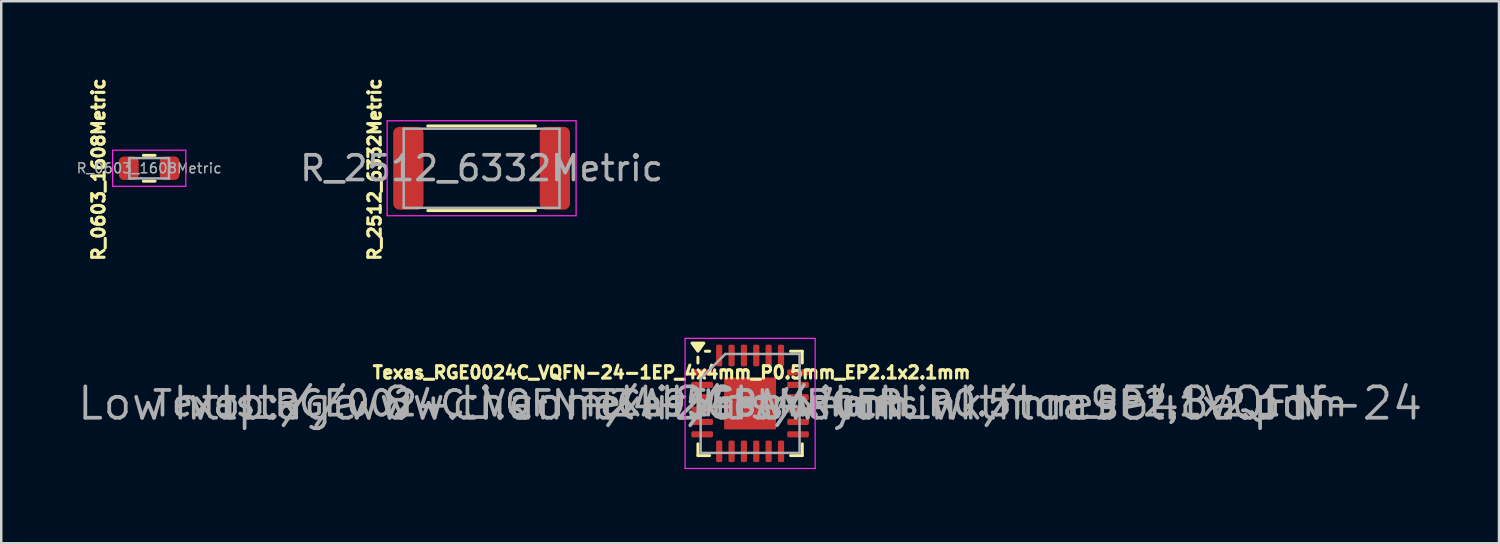
<source format=kicad_pcb>
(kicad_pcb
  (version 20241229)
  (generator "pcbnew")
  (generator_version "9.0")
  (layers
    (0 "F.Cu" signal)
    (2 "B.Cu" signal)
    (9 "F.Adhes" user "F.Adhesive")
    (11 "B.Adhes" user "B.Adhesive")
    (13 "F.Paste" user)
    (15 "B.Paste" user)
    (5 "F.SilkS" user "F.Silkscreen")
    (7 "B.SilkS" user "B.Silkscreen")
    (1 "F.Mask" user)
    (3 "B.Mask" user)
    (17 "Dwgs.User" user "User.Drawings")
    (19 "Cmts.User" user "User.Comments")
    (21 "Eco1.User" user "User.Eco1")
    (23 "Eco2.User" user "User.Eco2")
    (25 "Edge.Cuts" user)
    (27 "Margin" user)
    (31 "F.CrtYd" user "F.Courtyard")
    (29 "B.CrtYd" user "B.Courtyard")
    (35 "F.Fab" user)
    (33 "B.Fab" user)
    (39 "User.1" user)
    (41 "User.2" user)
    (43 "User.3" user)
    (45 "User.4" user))
  (footprint "Texas_RGE0024C_VQFN-24-1EP_4x4mm_P0.5mm_EP2.1x2.1mm"
    (layer "F.Cu")
    (at 27.282 13.263)
    (property "Reference" "Texas_RGE0024C_VQFN-24-1EP_4x4mm_P0.5mm_EP2.1x2.1mm" (at -3.175 -1.25 0) (layer "F.SilkS") (effects (font (size 0.5 0.5) (thickness 0.125))))
    (property "Datasheet" "http://www.ti.com/lit/ds/symlink/tca9548a.pdf" (at 0 0 0) (unlocked yes) (layer "F.Fab") (effects (font (size 1.27 1.27) (thickness 0.15))))
    (property "Description" "Low voltage 8-channel I2C switch with reset, VQFN-24" (at 0 0 0) (unlocked yes) (layer "F.Fab") (effects (font (size 1.27 1.27) (thickness 0.15))))
    (property "Manufacturer Part Number/ Generic Part Number[PCB Power]" " TCA9548AMRGER " (at 0 0 0) (unlocked yes) (layer "F.Fab") (effects (font (size 1 1) (thickness 0.15))))
    (property "Manufacturer Name" " Texas Instruments " (at 0 0 0) (unlocked yes) (layer "F.Fab") (effects (font (size 1 1) (thickness 0.15))))
    (attr smd)
    (fp_line (start -2.11 -1.635) (end -2.11 -1.87) (stroke (width 0.12) (type solid)) (layer "F.SilkS"))
    (fp_line (start -2.11 2.11) (end -2.11 1.635) (stroke (width 0.12) (type solid)) (layer "F.SilkS"))
    (fp_line (start -1.635 -2.11) (end -1.81 -2.11) (stroke (width 0.12) (type solid)) (layer "F.SilkS"))
    (fp_line (start -1.635 2.11) (end -2.11 2.11) (stroke (width 0.12) (type solid)) (layer "F.SilkS"))
    (fp_line (start 1.635 -2.11) (end 2.11 -2.11) (stroke (width 0.12) (type solid)) (layer "F.SilkS"))
    (fp_line (start 1.635 2.11) (end 2.11 2.11) (stroke (width 0.12) (type solid)) (layer "F.SilkS"))
    (fp_line (start 2.11 -2.11) (end 2.11 -1.635) (stroke (width 0.12) (type solid)) (layer "F.SilkS"))
    (fp_line (start 2.11 2.11) (end 2.11 1.635) (stroke (width 0.12) (type solid)) (layer "F.SilkS"))
    (fp_poly (pts (xy -2.11 -2.11) (xy -2.35 -2.44) (xy -1.87 -2.44) (xy -2.11 -2.11)) (stroke (width 0.12) (type solid)) (fill yes) (layer "F.SilkS"))
    (fp_line (start -2.63 -2.63) (end -2.63 2.63) (stroke (width 0.05) (type solid)) (layer "F.CrtYd"))
    (fp_line (start -2.63 2.63) (end 2.63 2.63) (stroke (width 0.05) (type solid)) (layer "F.CrtYd"))
    (fp_line (start 2.63 -2.63) (end -2.63 -2.63) (stroke (width 0.05) (type solid)) (layer "F.CrtYd"))
    (fp_line (start 2.63 2.63) (end 2.63 -2.63) (stroke (width 0.05) (type solid)) (layer "F.CrtYd"))
    (fp_line (start -2 -1) (end -1 -2) (stroke (width 0.1) (type solid)) (layer "F.Fab"))
    (fp_line (start -2 2) (end -2 -1) (stroke (width 0.1) (type solid)) (layer "F.Fab"))
    (fp_line (start -1 -2) (end 2 -2) (stroke (width 0.1) (type solid)) (layer "F.Fab"))
    (fp_line (start 2 -2) (end 2 2) (stroke (width 0.1) (type solid)) (layer "F.Fab"))
    (fp_line (start 2 2) (end -2 2) (stroke (width 0.1) (type solid)) (layer "F.Fab"))
    (fp_text user "${REFERENCE}" (at 0 0 0) (layer "F.Fab") (effects (font (size 1 1) (thickness 0.15))))
    (pad "" smd roundrect (at -0.525 -0.525) (size 0.85 0.85) (layers "F.Paste") (roundrect_rratio 0.25))
    (pad "" smd roundrect (at -0.525 0.525) (size 0.85 0.85) (layers "F.Paste") (roundrect_rratio 0.25))
    (pad "" smd roundrect (at 0.525 -0.525) (size 0.85 0.85) (layers "F.Paste") (roundrect_rratio 0.25))
    (pad "" smd roundrect (at 0.525 0.525) (size 0.85 0.85) (layers "F.Paste") (roundrect_rratio 0.25))
    (pad "1" smd roundrect (at -1.938 -1.25) (size 0.875 0.25) (layers "F.Cu" "F.Mask" "F.Paste") (roundrect_rratio 0.25))
    (pad "2" smd roundrect (at -1.938 -0.75) (size 0.875 0.25) (layers "F.Cu" "F.Mask" "F.Paste") (roundrect_rratio 0.25))
    (pad "3" smd roundrect (at -1.938 -0.25) (size 0.875 0.25) (layers "F.Cu" "F.Mask" "F.Paste") (roundrect_rratio 0.25))
    (pad "4" smd roundrect (at -1.938 0.25) (size 0.875 0.25) (layers "F.Cu" "F.Mask" "F.Paste") (roundrect_rratio 0.25))
    (pad "5" smd roundrect (at -1.938 0.75) (size 0.875 0.25) (layers "F.Cu" "F.Mask" "F.Paste") (roundrect_rratio 0.25))
    (pad "6" smd roundrect (at -1.938 1.25) (size 0.875 0.25) (layers "F.Cu" "F.Mask" "F.Paste") (roundrect_rratio 0.25))
    (pad "7" smd roundrect (at -1.25 1.938) (size 0.25 0.875) (layers "F.Cu" "F.Mask" "F.Paste") (roundrect_rratio 0.25))
    (pad "8" smd roundrect (at -0.75 1.938) (size 0.25 0.875) (layers "F.Cu" "F.Mask" "F.Paste") (roundrect_rratio 0.25))
    (pad "9" smd roundrect (at -0.25 1.938) (size 0.25 0.875) (layers "F.Cu" "F.Mask" "F.Paste") (roundrect_rratio 0.25))
    (pad "10" smd roundrect (at 0.25 1.938) (size 0.25 0.875) (layers "F.Cu" "F.Mask" "F.Paste") (roundrect_rratio 0.25))
    (pad "11" smd roundrect (at 0.75 1.938) (size 0.25 0.875) (layers "F.Cu" "F.Mask" "F.Paste") (roundrect_rratio 0.25))
    (pad "12" smd roundrect (at 1.25 1.938) (size 0.25 0.875) (layers "F.Cu" "F.Mask" "F.Paste") (roundrect_rratio 0.25))
    (pad "13" smd roundrect (at 1.938 1.25) (size 0.875 0.25) (layers "F.Cu" "F.Mask" "F.Paste") (roundrect_rratio 0.25))
    (pad "14" smd roundrect (at 1.938 0.75) (size 0.875 0.25) (layers "F.Cu" "F.Mask" "F.Paste") (roundrect_rratio 0.25))
    (pad "15" smd roundrect (at 1.938 0.25) (size 0.875 0.25) (layers "F.Cu" "F.Mask" "F.Paste") (roundrect_rratio 0.25))
    (pad "16" smd roundrect (at 1.938 -0.25) (size 0.875 0.25) (layers "F.Cu" "F.Mask" "F.Paste") (roundrect_rratio 0.25))
    (pad "17" smd roundrect (at 1.938 -0.75) (size 0.875 0.25) (layers "F.Cu" "F.Mask" "F.Paste") (roundrect_rratio 0.25))
    (pad "18" smd roundrect (at 1.938 -1.25) (size 0.875 0.25) (layers "F.Cu" "F.Mask" "F.Paste") (roundrect_rratio 0.25))
    (pad "19" smd roundrect (at 1.25 -1.938) (size 0.25 0.875) (layers "F.Cu" "F.Mask" "F.Paste") (roundrect_rratio 0.25))
    (pad "20" smd roundrect (at 0.75 -1.938) (size 0.25 0.875) (layers "F.Cu" "F.Mask" "F.Paste") (roundrect_rratio 0.25))
    (pad "21" smd roundrect (at 0.25 -1.938) (size 0.25 0.875) (layers "F.Cu" "F.Mask" "F.Paste") (roundrect_rratio 0.25))
    (pad "22" smd roundrect (at -0.25 -1.938) (size 0.25 0.875) (layers "F.Cu" "F.Mask" "F.Paste") (roundrect_rratio 0.25))
    (pad "23" smd roundrect (at -0.75 -1.938) (size 0.25 0.875) (layers "F.Cu" "F.Mask" "F.Paste") (roundrect_rratio 0.25))
    (pad "24" smd roundrect (at -1.25 -1.938) (size 0.25 0.875) (layers "F.Cu" "F.Mask" "F.Paste") (roundrect_rratio 0.25))
    (pad "25" smd rect (at 0 0) (size 2.1 2.1) (property pad_prop_heatsink) (layers "F.Cu" "F.Mask")))
  (footprint "R_0603_1608Metric"
    (layer "F.Cu")
    (at 2.983 3.754)
    (property "Reference" "R_0603_1608Metric" (at -2.05 0.05 270) (layer "F.SilkS") (effects (font (size 0.5 0.5) (thickness 0.125))))
    (attr smd)
    (fp_line (start -0.237 -0.522) (end 0.237 -0.522) (stroke (width 0.12) (type solid)) (layer "F.SilkS"))
    (fp_line (start -0.237 0.522) (end 0.237 0.522) (stroke (width 0.12) (type solid)) (layer "F.SilkS"))
    (fp_line (start -1.48 -0.73) (end 1.48 -0.73) (stroke (width 0.05) (type solid)) (layer "F.CrtYd"))
    (fp_line (start -1.48 0.73) (end -1.48 -0.73) (stroke (width 0.05) (type solid)) (layer "F.CrtYd"))
    (fp_line (start 1.48 -0.73) (end 1.48 0.73) (stroke (width 0.05) (type solid)) (layer "F.CrtYd"))
    (fp_line (start 1.48 0.73) (end -1.48 0.73) (stroke (width 0.05) (type solid)) (layer "F.CrtYd"))
    (fp_line (start -0.8 -0.412) (end 0.8 -0.412) (stroke (width 0.1) (type solid)) (layer "F.Fab"))
    (fp_line (start -0.8 0.412) (end -0.8 -0.412) (stroke (width 0.1) (type solid)) (layer "F.Fab"))
    (fp_line (start 0.8 -0.412) (end 0.8 0.412) (stroke (width 0.1) (type solid)) (layer "F.Fab"))
    (fp_line (start 0.8 0.412) (end -0.8 0.412) (stroke (width 0.1) (type solid)) (layer "F.Fab"))
    (fp_text user "${REFERENCE}" (at 0 0 180) (layer "F.Fab") (effects (font (size 0.4 0.4) (thickness 0.06))))
    (pad "1" smd roundrect (at -0.825 0) (size 0.8 0.95) (layers "F.Cu" "F.Mask" "F.Paste") (roundrect_rratio 0.25))
    (pad "2" smd roundrect (at 0.825 0) (size 0.8 0.95) (layers "F.Cu" "F.Mask" "F.Paste") (roundrect_rratio 0.25)))
  (footprint "R_2512_6332Metric"
    (layer "F.Cu")
    (at 16.425 3.754)
    (property "Reference" "R_2512_6332Metric" (at -4.325 0.05 90) (layer "F.SilkS") (effects (font (size 0.5 0.5) (thickness 0.125))))
    (attr smd)
    (fp_line (start -2.177 -1.71) (end 2.177 -1.71) (stroke (width 0.12) (type solid)) (layer "F.SilkS"))
    (fp_line (start -2.177 1.71) (end 2.177 1.71) (stroke (width 0.12) (type solid)) (layer "F.SilkS"))
    (fp_line (start -3.82 -1.92) (end 3.82 -1.92) (stroke (width 0.05) (type solid)) (layer "F.CrtYd"))
    (fp_line (start -3.82 1.92) (end -3.82 -1.92) (stroke (width 0.05) (type solid)) (layer "F.CrtYd"))
    (fp_line (start 3.82 -1.92) (end 3.82 1.92) (stroke (width 0.05) (type solid)) (layer "F.CrtYd"))
    (fp_line (start 3.82 1.92) (end -3.82 1.92) (stroke (width 0.05) (type solid)) (layer "F.CrtYd"))
    (fp_line (start -3.15 -1.6) (end 3.15 -1.6) (stroke (width 0.1) (type solid)) (layer "F.Fab"))
    (fp_line (start -3.15 1.6) (end -3.15 -1.6) (stroke (width 0.1) (type solid)) (layer "F.Fab"))
    (fp_line (start 3.15 -1.6) (end 3.15 1.6) (stroke (width 0.1) (type solid)) (layer "F.Fab"))
    (fp_line (start 3.15 1.6) (end -3.15 1.6) (stroke (width 0.1) (type solid)) (layer "F.Fab"))
    (fp_text user "${REFERENCE}" (at 0 0 0) (layer "F.Fab") (effects (font (size 1 1) (thickness 0.15))))
    (pad "1" smd roundrect (at -2.962 0) (size 1.225 3.35) (layers "F.Cu" "F.Mask" "F.Paste") (roundrect_rratio 0.204))
    (pad "2" smd roundrect (at 2.962 0) (size 1.225 3.35) (layers "F.Cu" "F.Mask" "F.Paste") (roundrect_rratio 0.204)))
  (gr_rect
    (start -3 -3)
    (end 57.564 18.918)
    (stroke (width 0.1) (type default))
    (fill no)
    (layer "Edge.Cuts")))
</source>
